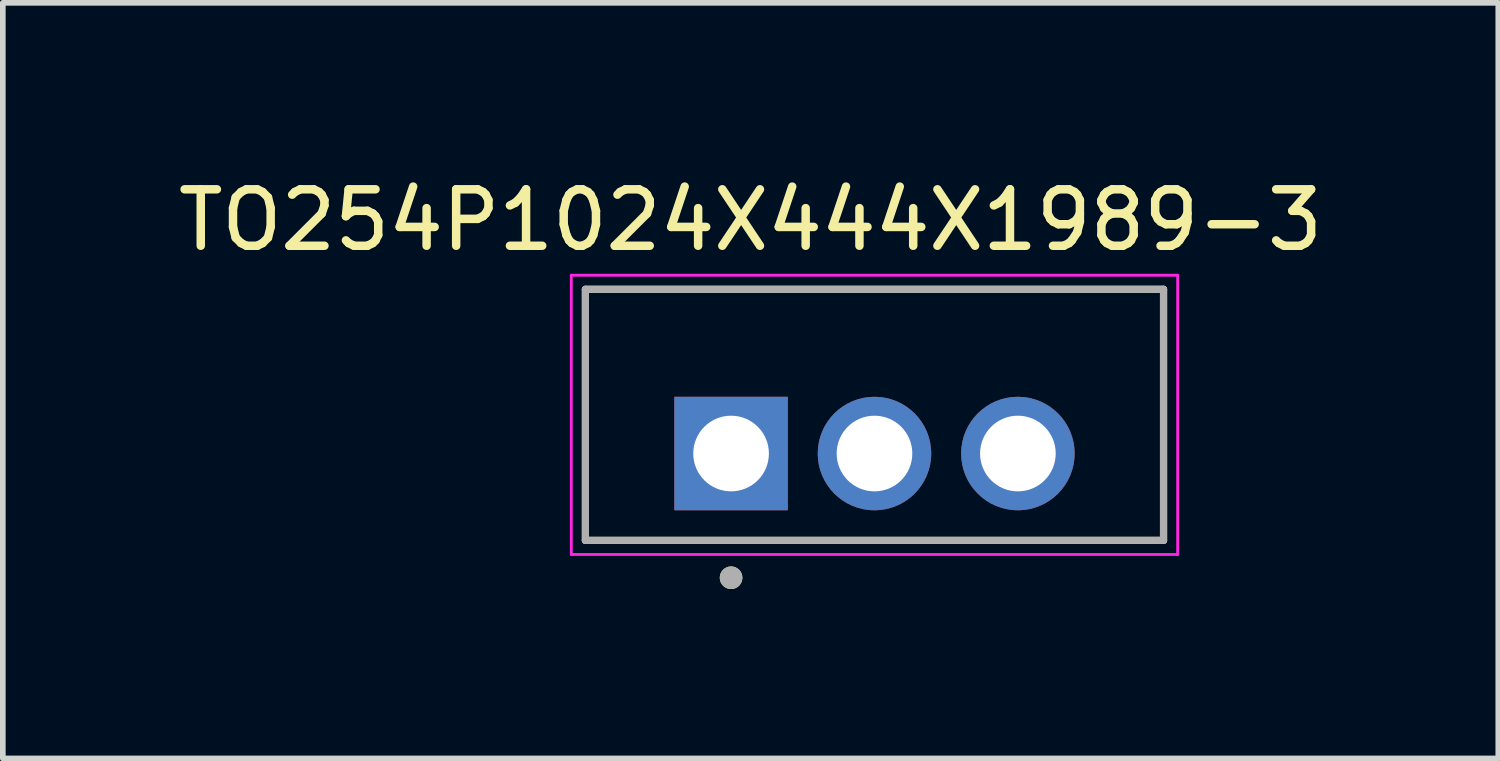
<source format=kicad_pcb>
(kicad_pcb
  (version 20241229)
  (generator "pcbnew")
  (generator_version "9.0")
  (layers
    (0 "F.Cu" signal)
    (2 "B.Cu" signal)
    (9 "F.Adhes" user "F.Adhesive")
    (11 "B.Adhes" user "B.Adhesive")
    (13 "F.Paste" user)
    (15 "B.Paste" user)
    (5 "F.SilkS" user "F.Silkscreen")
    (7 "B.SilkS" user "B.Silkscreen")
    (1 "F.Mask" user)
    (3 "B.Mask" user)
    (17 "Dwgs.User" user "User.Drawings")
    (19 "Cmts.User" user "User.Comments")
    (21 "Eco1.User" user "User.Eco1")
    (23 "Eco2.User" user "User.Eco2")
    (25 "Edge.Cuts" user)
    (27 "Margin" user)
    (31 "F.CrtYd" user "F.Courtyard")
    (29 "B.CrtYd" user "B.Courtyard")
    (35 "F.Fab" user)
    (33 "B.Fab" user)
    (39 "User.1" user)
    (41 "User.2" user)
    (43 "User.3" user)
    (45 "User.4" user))
  (footprint "TO254P1024X444X1989-3"
    (layer "F.Cu")
    (at 12.439 4.983)
    (property "Reference" "TO254P1024X444X1989-3" (at -2.195 -4.135 0) (layer "F.SilkS") (effects (font (size 1 1) (thickness 0.15))))
    (attr through_hole)
    (fp_line (start -5.12 -2.908) (end 5.12 -2.908) (stroke (width 0.127) (type solid)) (layer "F.SilkS"))
    (fp_line (start -5.12 1.538) (end -5.12 -2.908) (stroke (width 0.127) (type solid)) (layer "F.SilkS"))
    (fp_line (start 5.12 -2.908) (end 5.12 1.538) (stroke (width 0.127) (type solid)) (layer "F.SilkS"))
    (fp_line (start 5.12 1.538) (end -5.12 1.538) (stroke (width 0.127) (type solid)) (layer "F.SilkS"))
    (fp_circle (center -2.54 2.2) (end -2.44 2.2) (stroke (width 0.2) (type solid)) (fill no) (layer "F.SilkS"))
    (fp_line (start -5.37 -3.158) (end 5.37 -3.158) (stroke (width 0.05) (type solid)) (layer "F.CrtYd"))
    (fp_line (start -5.37 1.788) (end -5.37 -3.158) (stroke (width 0.05) (type solid)) (layer "F.CrtYd"))
    (fp_line (start 5.37 -3.158) (end 5.37 1.788) (stroke (width 0.05) (type solid)) (layer "F.CrtYd"))
    (fp_line (start 5.37 1.788) (end -5.37 1.788) (stroke (width 0.05) (type solid)) (layer "F.CrtYd"))
    (fp_line (start -5.12 -2.908) (end 5.12 -2.908) (stroke (width 0.127) (type solid)) (layer "F.Fab"))
    (fp_line (start -5.12 1.538) (end -5.12 -2.908) (stroke (width 0.127) (type solid)) (layer "F.Fab"))
    (fp_line (start 5.12 -2.908) (end 5.12 1.538) (stroke (width 0.127) (type solid)) (layer "F.Fab"))
    (fp_line (start 5.12 1.538) (end -5.12 1.538) (stroke (width 0.127) (type solid)) (layer "F.Fab"))
    (fp_circle (center -2.54 2.2) (end -2.44 2.2) (stroke (width 0.2) (type solid)) (fill no) (layer "F.Fab"))
    (pad "1" thru_hole rect (at -2.54 0) (size 2.01 2.01) (drill 1.34) (layers "*.Cu" "*.Mask"))
    (pad "2" thru_hole circle (at 0 0) (size 2.01 2.01) (drill 1.34) (layers "*.Cu" "*.Mask"))
    (pad "3" thru_hole circle (at 2.54 0) (size 2.01 2.01) (drill 1.34) (layers "*.Cu" "*.Mask")))
  (gr_rect
    (start -3 -3)
    (end 23.488 10.383)
    (stroke (width 0.1) (type default))
    (fill no)
    (layer "Edge.Cuts")))
</source>
